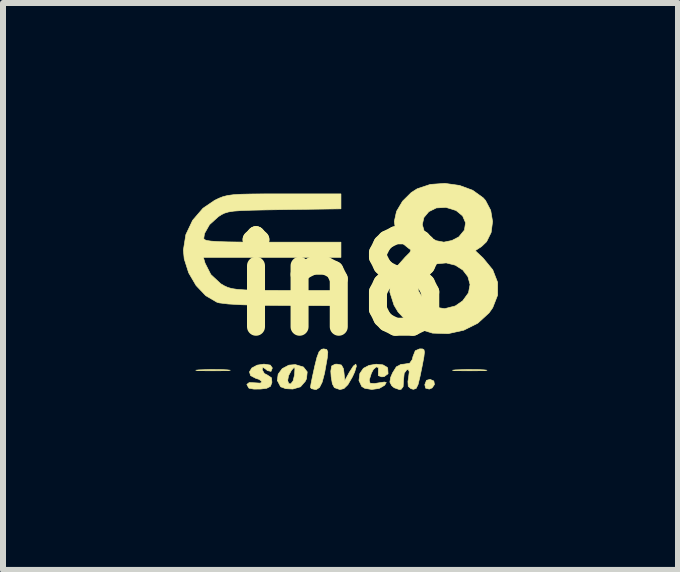
<source format=kicad_pcb>
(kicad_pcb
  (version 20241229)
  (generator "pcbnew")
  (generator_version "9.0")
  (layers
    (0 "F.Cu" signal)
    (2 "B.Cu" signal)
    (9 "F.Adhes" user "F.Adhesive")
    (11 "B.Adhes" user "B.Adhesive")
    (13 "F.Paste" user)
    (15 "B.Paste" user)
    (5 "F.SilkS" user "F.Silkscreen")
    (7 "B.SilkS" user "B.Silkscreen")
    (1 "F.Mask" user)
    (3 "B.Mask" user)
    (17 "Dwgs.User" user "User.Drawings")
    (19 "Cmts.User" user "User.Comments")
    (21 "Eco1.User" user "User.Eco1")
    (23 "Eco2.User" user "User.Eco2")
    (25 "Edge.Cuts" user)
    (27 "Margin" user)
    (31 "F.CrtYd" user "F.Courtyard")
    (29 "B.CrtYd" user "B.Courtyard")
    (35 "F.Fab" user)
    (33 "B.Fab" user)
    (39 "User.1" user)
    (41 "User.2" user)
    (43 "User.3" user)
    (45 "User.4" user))
  (footprint "in8"
    (layer "F.Cu")
    (at 2.63 1.704)
    (property "Reference" "in8" (at 0 0 0) (layer "F.SilkS") (effects (font (size 1.524 1.524) (thickness 0.3))))
    (attr through_hole)
    (fp_poly (pts (xy 1.547 1.593) (xy 1.558 1.651) (xy 1.519 1.708) (xy 1.471 1.728) (xy 1.41 1.712) (xy 1.397 1.654) (xy 1.425 1.582) (xy 1.485 1.566) (xy 1.547 1.593)) (stroke (width 0.01) (type solid)) (fill yes) (layer "F.SilkS"))
    (fp_poly (pts (xy -1.976 1.404) (xy -1.893 1.408) (xy -1.844 1.414) (xy -1.872 1.419) (xy -1.969 1.422) (xy -2.128 1.423) (xy -2.138 1.423) (xy -2.297 1.422) (xy -2.393 1.419) (xy -2.418 1.414) (xy -2.366 1.408) (xy -2.359 1.408) (xy -2.172 1.402) (xy -1.976 1.404)) (stroke (width 0.01) (type solid)) (fill yes) (layer "F.SilkS"))
    (fp_poly (pts (xy 2.3 1.404) (xy 2.383 1.408) (xy 2.432 1.414) (xy 2.404 1.419) (xy 2.306 1.422) (xy 2.148 1.423) (xy 2.138 1.423) (xy 1.979 1.422) (xy 1.883 1.419) (xy 1.858 1.414) (xy 1.91 1.408) (xy 1.917 1.408) (xy 2.104 1.402) (xy 2.3 1.404)) (stroke (width 0.01) (type solid)) (fill yes) (layer "F.SilkS"))
    (fp_poly (pts (xy -0.237 1.068) (xy -0.219 1.111) (xy -0.228 1.209) (xy -0.233 1.238) (xy -0.273 1.463) (xy -0.313 1.613) (xy -0.357 1.7) (xy -0.408 1.734) (xy -0.425 1.736) (xy -0.493 1.72) (xy -0.508 1.699) (xy -0.499 1.641) (xy -0.476 1.526) (xy -0.443 1.376) (xy -0.44 1.36) (xy -0.4 1.2) (xy -0.365 1.107) (xy -0.325 1.066) (xy -0.288 1.058) (xy -0.237 1.068)) (stroke (width 0.01) (type solid)) (fill yes) (layer "F.SilkS"))
    (fp_poly (pts (xy 0.008 1.327) (xy 0.042 1.389) (xy 0.05 1.45) (xy 0.064 1.587) (xy 0.139 1.45) (xy 0.207 1.344) (xy 0.248 1.313) (xy 0.257 1.347) (xy 0.229 1.441) (xy 0.191 1.524) (xy 0.116 1.654) (xy 0.05 1.719) (xy -0.017 1.736) (xy -0.109 1.704) (xy -0.143 1.64) (xy -0.163 1.522) (xy -0.169 1.429) (xy -0.155 1.343) (xy -0.098 1.314) (xy -0.066 1.312) (xy 0.008 1.327)) (stroke (width 0.01) (type solid)) (fill yes) (layer "F.SilkS"))
    (fp_poly (pts (xy -1.177 1.328) (xy -1.143 1.376) (xy -1.165 1.433) (xy -1.224 1.42) (xy -1.262 1.389) (xy -1.303 1.363) (xy -1.312 1.405) (xy -1.277 1.468) (xy -1.224 1.495) (xy -1.157 1.54) (xy -1.15 1.616) (xy -1.174 1.682) (xy -1.238 1.715) (xy -1.335 1.727) (xy -1.45 1.728) (xy -1.526 1.715) (xy -1.536 1.709) (xy -1.568 1.65) (xy -1.528 1.619) (xy -1.439 1.623) (xy -1.342 1.629) (xy -1.315 1.604) (xy -1.364 1.566) (xy -1.418 1.549) (xy -1.505 1.504) (xy -1.524 1.441) (xy -1.485 1.377) (xy -1.396 1.329) (xy -1.283 1.312) (xy -1.177 1.328)) (stroke (width 0.01) (type solid)) (fill yes) (layer "F.SilkS"))
    (fp_poly (pts (xy -0.625 1.36) (xy -0.562 1.441) (xy -0.574 1.556) (xy -0.594 1.598) (xy -0.674 1.69) (xy -0.798 1.726) (xy -0.806 1.727) (xy -0.92 1.721) (xy -1.001 1.691) (xy -1.006 1.687) (xy -1.059 1.586) (xy -0.888 1.586) (xy -0.869 1.637) (xy -0.836 1.641) (xy -0.797 1.591) (xy -0.773 1.492) (xy -0.772 1.478) (xy -0.767 1.386) (xy -0.78 1.366) (xy -0.82 1.41) (xy -0.825 1.416) (xy -0.872 1.503) (xy -0.888 1.586) (xy -1.059 1.586) (xy -1.06 1.585) (xy -1.046 1.479) (xy -0.978 1.387) (xy -0.868 1.329) (xy -0.76 1.32) (xy -0.625 1.36)) (stroke (width 0.01) (type solid)) (fill yes) (layer "F.SilkS"))
    (fp_poly (pts (xy 0.699 1.324) (xy 0.771 1.366) (xy 0.779 1.38) (xy 0.785 1.472) (xy 0.72 1.52) (xy 0.679 1.524) (xy 0.622 1.503) (xy 0.623 1.439) (xy 0.624 1.37) (xy 0.589 1.358) (xy 0.54 1.401) (xy 0.507 1.463) (xy 0.471 1.577) (xy 0.485 1.63) (xy 0.557 1.636) (xy 0.624 1.625) (xy 0.724 1.61) (xy 0.755 1.618) (xy 0.732 1.657) (xy 0.725 1.666) (xy 0.637 1.717) (xy 0.514 1.734) (xy 0.397 1.715) (xy 0.347 1.685) (xy 0.3 1.585) (xy 0.315 1.468) (xy 0.374 1.382) (xy 0.468 1.333) (xy 0.588 1.313) (xy 0.699 1.324)) (stroke (width 0.01) (type solid)) (fill yes) (layer "F.SilkS"))
    (fp_poly (pts (xy 1.358 1.059) (xy 1.383 1.072) (xy 1.391 1.111) (xy 1.382 1.19) (xy 1.357 1.324) (xy 1.318 1.515) (xy 1.285 1.651) (xy 1.252 1.718) (xy 1.206 1.732) (xy 1.164 1.72) (xy 1.121 1.682) (xy 1.116 1.601) (xy 1.126 1.54) (xy 1.138 1.439) (xy 1.122 1.403) (xy 1.096 1.407) (xy 1.054 1.464) (xy 1.042 1.581) (xy 1.036 1.688) (xy 1.003 1.731) (xy 0.973 1.736) (xy 0.886 1.705) (xy 0.845 1.67) (xy 0.815 1.611) (xy 0.828 1.533) (xy 0.86 1.458) (xy 0.923 1.357) (xy 0.999 1.317) (xy 1.052 1.312) (xy 1.144 1.298) (xy 1.188 1.236) (xy 1.2 1.185) (xy 1.238 1.089) (xy 1.308 1.059) (xy 1.317 1.058) (xy 1.358 1.059)) (stroke (width 0.01) (type solid)) (fill yes) (layer "F.SilkS"))
    (fp_poly (pts (xy 0 -1.275) (xy -0.945 -1.262) (xy -1.252 -1.257) (xy -1.486 -1.252) (xy -1.66 -1.246) (xy -1.785 -1.237) (xy -1.874 -1.223) (xy -1.938 -1.204) (xy -1.991 -1.178) (xy -2.043 -1.144) (xy -2.043 -1.144) (xy -2.19 -1.011) (xy -2.273 -0.864) (xy -2.286 -0.781) (xy -2.275 -0.763) (xy -2.238 -0.748) (xy -2.164 -0.737) (xy -2.046 -0.729) (xy -1.875 -0.724) (xy -1.641 -0.721) (xy -1.336 -0.72) (xy -1.143 -0.72) (xy 0 -0.72) (xy 0 -0.466) (xy -2.292 -0.466) (xy -2.264 -0.37) (xy -2.167 -0.18) (xy -2.004 -0.028) (xy -1.947 0.006) (xy -1.889 0.033) (xy -1.82 0.053) (xy -1.727 0.067) (xy -1.597 0.076) (xy -1.42 0.082) (xy -1.181 0.084) (xy -0.9 0.085) (xy 0 0.085) (xy 0 0.339) (xy -0.963 0.335) (xy -1.348 0.332) (xy -1.655 0.323) (xy -1.881 0.31) (xy -2.026 0.292) (xy -2.066 0.281) (xy -2.251 0.173) (xy -2.413 0.003) (xy -2.537 -0.209) (xy -2.611 -0.441) (xy -2.625 -0.587) (xy -2.584 -0.845) (xy -2.471 -1.084) (xy -2.298 -1.285) (xy -2.104 -1.417) (xy -2.031 -1.452) (xy -1.964 -1.478) (xy -1.888 -1.497) (xy -1.792 -1.51) (xy -1.662 -1.518) (xy -1.486 -1.522) (xy -1.251 -1.524) (xy -0.944 -1.524) (xy 0 -1.524) (xy 0 -1.275)) (stroke (width 0.01) (type solid)) (fill yes) (layer "F.SilkS"))
    (fp_poly (pts (xy 1.975 -1.665) (xy 2.195 -1.584) (xy 2.37 -1.458) (xy 2.408 -1.415) (xy 2.495 -1.249) (xy 2.526 -1.063) (xy 2.502 -0.881) (xy 2.426 -0.727) (xy 2.342 -0.647) (xy 2.237 -0.578) (xy 2.367 -0.456) (xy 2.529 -0.259) (xy 2.61 -0.05) (xy 2.61 0.163) (xy 2.528 0.373) (xy 2.468 0.458) (xy 2.28 0.63) (xy 2.046 0.747) (xy 1.787 0.804) (xy 1.526 0.796) (xy 1.305 0.728) (xy 1.098 0.602) (xy 0.95 0.441) (xy 0.884 0.33) (xy 0.814 0.111) (xy 0.825 -0.065) (xy 1.28 -0.065) (xy 1.29 0.09) (xy 1.376 0.238) (xy 1.394 0.257) (xy 1.55 0.36) (xy 1.728 0.388) (xy 1.905 0.343) (xy 2.028 0.258) (xy 2.125 0.124) (xy 2.151 -0.014) (xy 2.115 -0.145) (xy 2.03 -0.256) (xy 1.906 -0.336) (xy 1.754 -0.374) (xy 1.586 -0.358) (xy 1.478 -0.315) (xy 1.344 -0.206) (xy 1.28 -0.065) (xy 0.825 -0.065) (xy 0.827 -0.102) (xy 0.924 -0.306) (xy 1.07 -0.47) (xy 1.148 -0.548) (xy 1.166 -0.591) (xy 1.13 -0.616) (xy 1.13 -0.616) (xy 1.043 -0.686) (xy 0.962 -0.808) (xy 0.906 -0.952) (xy 0.897 -1.012) (xy 1.355 -1.012) (xy 1.391 -0.891) (xy 1.466 -0.807) (xy 1.588 -0.744) (xy 1.714 -0.72) (xy 1.847 -0.747) (xy 1.963 -0.807) (xy 2.057 -0.921) (xy 2.076 -1.043) (xy 2.027 -1.157) (xy 1.918 -1.247) (xy 1.753 -1.298) (xy 1.75 -1.299) (xy 1.589 -1.29) (xy 1.464 -1.228) (xy 1.382 -1.13) (xy 1.355 -1.012) (xy 0.897 -1.012) (xy 0.889 -1.064) (xy 0.926 -1.233) (xy 1.026 -1.402) (xy 1.171 -1.546) (xy 1.27 -1.609) (xy 1.489 -1.682) (xy 1.732 -1.699) (xy 1.975 -1.665)) (stroke (width 0.01) (type solid)) (fill yes) (layer "F.SilkS")))
  (gr_rect
    (start -3 -3)
    (end 8.245 6.445)
    (stroke (width 0.1) (type default))
    (fill no)
    (layer "Edge.Cuts")))
</source>
